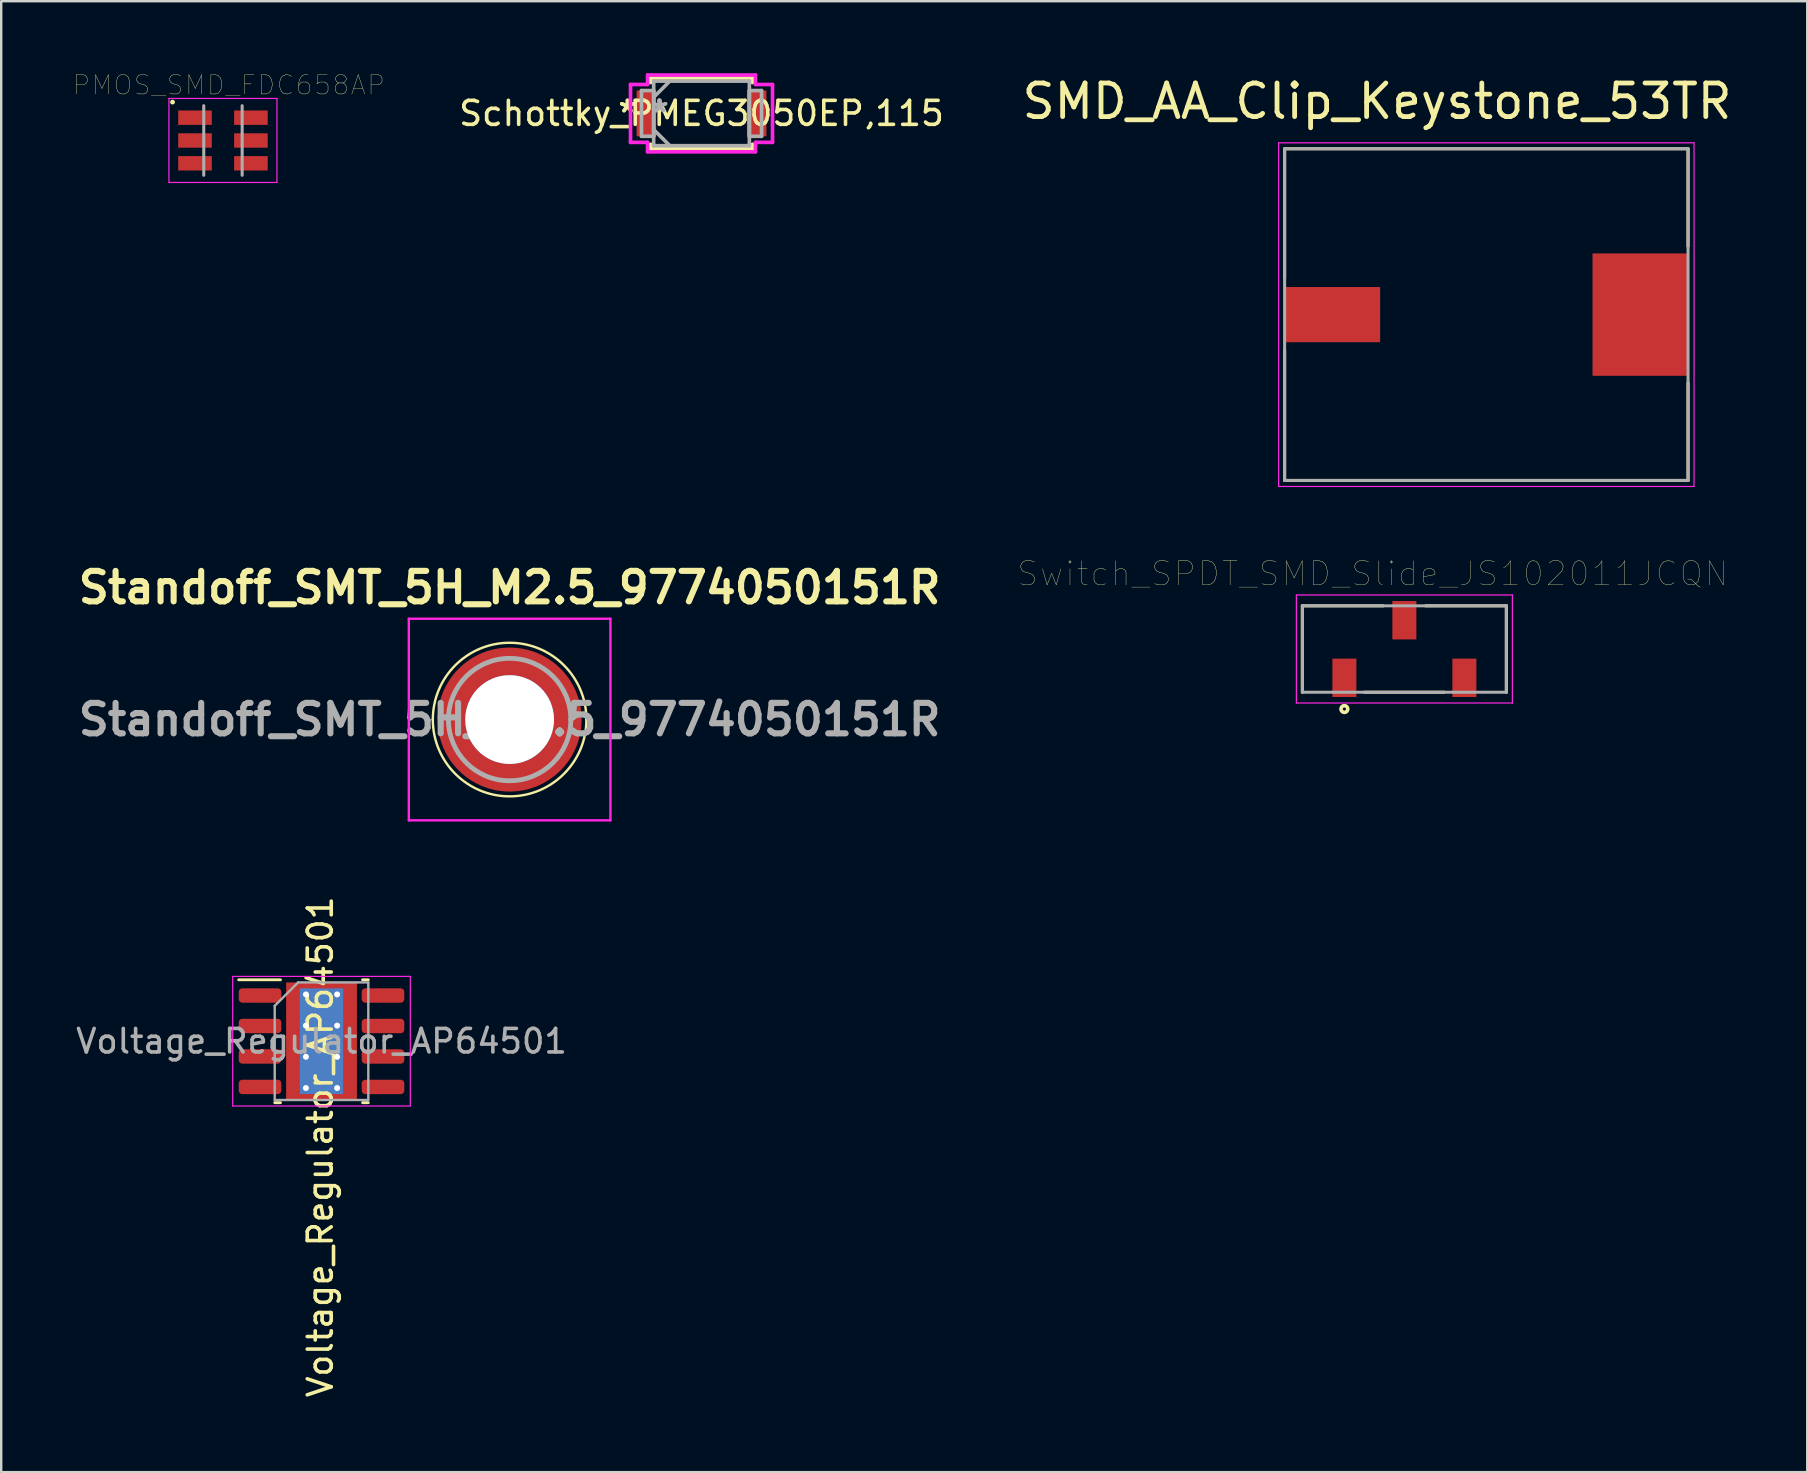
<source format=kicad_pcb>
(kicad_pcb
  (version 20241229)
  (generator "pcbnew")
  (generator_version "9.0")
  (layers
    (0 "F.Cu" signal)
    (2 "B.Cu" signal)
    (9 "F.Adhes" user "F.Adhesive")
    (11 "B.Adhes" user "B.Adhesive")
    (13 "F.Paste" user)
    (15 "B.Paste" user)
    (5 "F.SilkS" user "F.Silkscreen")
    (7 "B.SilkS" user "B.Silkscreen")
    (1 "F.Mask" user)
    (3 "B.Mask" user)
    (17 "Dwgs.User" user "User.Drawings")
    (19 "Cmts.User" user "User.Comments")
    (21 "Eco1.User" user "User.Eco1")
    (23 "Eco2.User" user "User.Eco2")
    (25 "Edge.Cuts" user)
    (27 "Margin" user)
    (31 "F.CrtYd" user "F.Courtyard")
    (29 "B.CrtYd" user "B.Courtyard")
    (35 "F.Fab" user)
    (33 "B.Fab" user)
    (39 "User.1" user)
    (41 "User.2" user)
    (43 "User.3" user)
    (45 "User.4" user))
  (footprint "SMD_AA_Clip_Keystone_53TR"
    (layer "F.Cu")
    (at 58.883 10.059)
    (property "Reference" "SMD_AA_Clip_Keystone_53TR" (at -4.555 -8.889 0) (layer "F.SilkS") (effects (font (size 1.4 1.4) (thickness 0.2))))
    (attr through_hole)
    (fp_line (start -8.405 -6.91) (end 8.405 -6.91) (stroke (width 0.127) (type solid)) (layer "F.SilkS"))
    (fp_line (start -8.405 -1.49) (end -8.405 -6.91) (stroke (width 0.127) (type solid)) (layer "F.SilkS"))
    (fp_line (start -8.405 6.91) (end -8.405 1.49) (stroke (width 0.127) (type solid)) (layer "F.SilkS"))
    (fp_line (start 8.405 -6.91) (end 8.405 -2.85) (stroke (width 0.127) (type solid)) (layer "F.SilkS"))
    (fp_line (start 8.405 2.85) (end 8.405 6.91) (stroke (width 0.127) (type solid)) (layer "F.SilkS"))
    (fp_line (start 8.405 6.91) (end -8.405 6.91) (stroke (width 0.127) (type solid)) (layer "F.SilkS"))
    (fp_line (start -8.655 -7.16) (end 8.655 -7.16) (stroke (width 0.05) (type solid)) (layer "F.CrtYd"))
    (fp_line (start -8.655 7.16) (end -8.655 -7.16) (stroke (width 0.05) (type solid)) (layer "F.CrtYd"))
    (fp_line (start 8.655 -7.16) (end 8.655 7.16) (stroke (width 0.05) (type solid)) (layer "F.CrtYd"))
    (fp_line (start 8.655 7.16) (end -8.655 7.16) (stroke (width 0.05) (type solid)) (layer "F.CrtYd"))
    (fp_line (start -8.405 -6.91) (end 8.405 -6.91) (stroke (width 0.127) (type solid)) (layer "F.Fab"))
    (fp_line (start -8.405 6.91) (end -8.405 -6.91) (stroke (width 0.127) (type solid)) (layer "F.Fab"))
    (fp_line (start 8.405 -6.91) (end 8.405 6.91) (stroke (width 0.127) (type solid)) (layer "F.Fab"))
    (fp_line (start 8.405 6.91) (end -8.405 6.91) (stroke (width 0.127) (type solid)) (layer "F.Fab"))
    (pad "1" smd rect (at -6.425 0) (size 4 2.3) (layers "F.Cu" "F.Mask" "F.Paste"))
    (pad "MNT" smd rect (at 6.425 0) (size 4 5.1) (layers "F.Cu" "F.Mask" "F.Paste")))
  (footprint "PMOS_SMD_FDC658AP"
    (layer "F.Cu")
    (at 6.24 2.804)
    (property "Reference" "PMOS_SMD_FDC658AP" (at 0.24 -2.31 0) (layer "F.SilkS") (effects (font (size 0.801 0.801) (thickness 0.015))))
    (attr through_hole)
    (fp_circle (center -2.1 -1.6) (end -2.05 -1.6) (stroke (width 0.1) (type solid)) (fill no) (layer "F.SilkS"))
    (fp_line (start -2.25 -1.75) (end 2.25 -1.75) (stroke (width 0.05) (type solid)) (layer "F.CrtYd"))
    (fp_line (start -2.25 1.75) (end -2.25 -1.75) (stroke (width 0.05) (type solid)) (layer "F.CrtYd"))
    (fp_line (start 2.25 -1.75) (end 2.25 1.75) (stroke (width 0.05) (type solid)) (layer "F.CrtYd"))
    (fp_line (start 2.25 1.75) (end -2.25 1.75) (stroke (width 0.05) (type solid)) (layer "F.CrtYd"))
    (fp_line (start -0.8 1.45) (end -0.8 -1.45) (stroke (width 0.127) (type solid)) (layer "F.Fab"))
    (fp_line (start 0.8 -1.45) (end 0.8 1.45) (stroke (width 0.127) (type solid)) (layer "F.Fab"))
    (pad "1" smd rect (at -1.165 -0.95) (size 1.4 0.6) (layers "F.Cu" "F.Mask" "F.Paste"))
    (pad "2" smd rect (at -1.165 0) (size 1.4 0.6) (layers "F.Cu" "F.Mask" "F.Paste"))
    (pad "3" smd rect (at -1.165 0.95) (size 1.4 0.6) (layers "F.Cu" "F.Mask" "F.Paste"))
    (pad "4" smd rect (at 1.165 0.95) (size 1.4 0.6) (layers "F.Cu" "F.Mask" "F.Paste"))
    (pad "5" smd rect (at 1.165 0) (size 1.4 0.6) (layers "F.Cu" "F.Mask" "F.Paste"))
    (pad "6" smd rect (at 1.165 -0.95) (size 1.4 0.6) (layers "F.Cu" "F.Mask" "F.Paste")))
  (footprint "Standoff_SMT_5H_M2.5_9774050151R"
    (layer "F.Cu")
    (at 18.185 26.933)
    (property "Reference" "Standoff_SMT_5H_M2.5_9774050151R" (at 0 -5.5 0) (layer "F.SilkS") (effects (font (size 1.27 1.27) (thickness 0.254))))
    (attr through_hole)
    (fp_line (start -3.2 0) (end -3.2 0) (stroke (width 0.1) (type solid)) (layer "F.SilkS"))
    (fp_line (start 3.2 0) (end 3.2 0) (stroke (width 0.1) (type solid)) (layer "F.SilkS"))
    (fp_arc (start -3.2 0) (mid 0 -3.2) (end 3.2 0) (stroke (width 0.1) (type solid)) (layer "F.SilkS"))
    (fp_arc (start 3.2 0) (mid 0 3.2) (end -3.2 0) (stroke (width 0.1) (type solid)) (layer "F.SilkS"))
    (fp_line (start -4.2 -4.2) (end 4.2 -4.2) (stroke (width 0.1) (type solid)) (layer "F.CrtYd"))
    (fp_line (start -4.2 4.2) (end -4.2 -4.2) (stroke (width 0.1) (type solid)) (layer "F.CrtYd"))
    (fp_line (start 4.2 -4.2) (end 4.2 4.2) (stroke (width 0.1) (type solid)) (layer "F.CrtYd"))
    (fp_line (start 4.2 4.2) (end -4.2 4.2) (stroke (width 0.1) (type solid)) (layer "F.CrtYd"))
    (fp_line (start -2.55 0) (end -2.55 0) (stroke (width 0.2) (type solid)) (layer "F.Fab"))
    (fp_line (start 2.55 0) (end 2.55 0) (stroke (width 0.2) (type solid)) (layer "F.Fab"))
    (fp_arc (start -2.55 0) (mid 0 -2.55) (end 2.55 0) (stroke (width 0.2) (type solid)) (layer "F.Fab"))
    (fp_arc (start 2.55 0) (mid 0 2.55) (end -2.55 0) (stroke (width 0.2) (type solid)) (layer "F.Fab"))
    (fp_text user "${REFERENCE}" (at 0 0 0) (layer "F.Fab") (effects (font (size 1.27 1.27) (thickness 0.254))))
    (pad "1" thru_hole circle (at 0 0) (size 3.7 3.7) (drill 3.7) (layers "*.Cu" "*.Mask"))
    (pad "1" smd circle (at 0 0 90) (size 6 6) (layers "F.Cu" "F.Mask" "F.Paste")))
  (footprint "Switch_SPDT_SMD_Slide_JS102011JCQN"
    (layer "F.Cu")
    (at 55.468 23.994)
    (property "Reference" "Switch_SPDT_SMD_Slide_JS102011JCQN" (at -1.326 -3.138 0) (layer "F.SilkS") (effects (font (size 1.001 1.001) (thickness 0.015))))
    (attr through_hole)
    (fp_line (start -4.25 -1.8) (end -0.88 -1.8) (stroke (width 0.127) (type solid)) (layer "F.SilkS"))
    (fp_line (start -4.25 1.8) (end -4.25 -1.8) (stroke (width 0.127) (type solid)) (layer "F.SilkS"))
    (fp_line (start 0.88 -1.8) (end 4.25 -1.8) (stroke (width 0.127) (type solid)) (layer "F.SilkS"))
    (fp_line (start 1.66 1.8) (end -1.66 1.8) (stroke (width 0.127) (type solid)) (layer "F.SilkS"))
    (fp_line (start 4.25 -1.8) (end 4.25 1.8) (stroke (width 0.127) (type solid)) (layer "F.SilkS"))
    (fp_circle (center -2.5 2.5) (end -2.359 2.5) (stroke (width 0.152) (type solid)) (fill no) (layer "F.SilkS"))
    (fp_line (start -4.5 -2.25) (end 4.5 -2.25) (stroke (width 0.05) (type solid)) (layer "F.CrtYd"))
    (fp_line (start -4.5 2.25) (end -4.5 -2.25) (stroke (width 0.05) (type solid)) (layer "F.CrtYd"))
    (fp_line (start 4.5 -2.25) (end 4.5 2.25) (stroke (width 0.05) (type solid)) (layer "F.CrtYd"))
    (fp_line (start 4.5 2.25) (end -4.5 2.25) (stroke (width 0.05) (type solid)) (layer "F.CrtYd"))
    (fp_line (start -4.25 -1.8) (end 4.25 -1.8) (stroke (width 0.127) (type solid)) (layer "F.Fab"))
    (fp_line (start -4.25 1.8) (end -4.25 -1.8) (stroke (width 0.127) (type solid)) (layer "F.Fab"))
    (fp_line (start 4.25 -1.8) (end 4.25 1.8) (stroke (width 0.127) (type solid)) (layer "F.Fab"))
    (fp_line (start 4.25 1.8) (end -4.25 1.8) (stroke (width 0.127) (type solid)) (layer "F.Fab"))
    (pad "1" smd rect (at -2.5 1.2) (size 1 1.6) (layers "F.Cu" "F.Mask" "F.Paste"))
    (pad "2" smd rect (at 0 -1.2) (size 1 1.6) (layers "F.Cu" "F.Mask" "F.Paste"))
    (pad "3" smd rect (at 2.5 1.2) (size 1 1.6) (layers "F.Cu" "F.Mask" "F.Paste")))
  (footprint "Schottky_PMEG3050EP,115"
    (layer "F.Cu")
    (at 26.181 1.676)
    (property "Reference" "Schottky_PMEG3050EP,115" (at 0 0 0) (layer "F.SilkS") (effects (font (size 1 1) (thickness 0.15))))
    (attr through_hole)
    (fp_line (start -2.121 -1.473) (end -2.121 -1.285) (stroke (width 0.152) (type solid)) (layer "F.SilkS"))
    (fp_line (start -2.121 1.285) (end -2.121 1.473) (stroke (width 0.152) (type solid)) (layer "F.SilkS"))
    (fp_line (start -2.121 1.473) (end 2.121 1.473) (stroke (width 0.152) (type solid)) (layer "F.SilkS"))
    (fp_line (start 2.121 -1.473) (end -2.121 -1.473) (stroke (width 0.152) (type solid)) (layer "F.SilkS"))
    (fp_line (start 2.121 -1.285) (end 2.121 -1.473) (stroke (width 0.152) (type solid)) (layer "F.SilkS"))
    (fp_line (start 2.121 1.473) (end 2.121 1.285) (stroke (width 0.152) (type solid)) (layer "F.SilkS"))
    (fp_line (start -2.959 -1.206) (end -2.248 -1.206) (stroke (width 0.152) (type solid)) (layer "F.CrtYd"))
    (fp_line (start -2.959 1.206) (end -2.959 -1.206) (stroke (width 0.152) (type solid)) (layer "F.CrtYd"))
    (fp_line (start -2.248 -1.6) (end 2.248 -1.6) (stroke (width 0.152) (type solid)) (layer "F.CrtYd"))
    (fp_line (start -2.248 -1.206) (end -2.248 -1.6) (stroke (width 0.152) (type solid)) (layer "F.CrtYd"))
    (fp_line (start -2.248 1.206) (end -2.959 1.206) (stroke (width 0.152) (type solid)) (layer "F.CrtYd"))
    (fp_line (start -2.248 1.6) (end -2.248 1.206) (stroke (width 0.152) (type solid)) (layer "F.CrtYd"))
    (fp_line (start 2.248 -1.6) (end 2.248 -1.206) (stroke (width 0.152) (type solid)) (layer "F.CrtYd"))
    (fp_line (start 2.248 -1.206) (end 2.959 -1.206) (stroke (width 0.152) (type solid)) (layer "F.CrtYd"))
    (fp_line (start 2.248 1.206) (end 2.248 1.6) (stroke (width 0.152) (type solid)) (layer "F.CrtYd"))
    (fp_line (start 2.248 1.6) (end -2.248 1.6) (stroke (width 0.152) (type solid)) (layer "F.CrtYd"))
    (fp_line (start 2.959 -1.206) (end 2.959 1.206) (stroke (width 0.152) (type solid)) (layer "F.CrtYd"))
    (fp_line (start 2.959 1.206) (end 2.248 1.206) (stroke (width 0.152) (type solid)) (layer "F.CrtYd"))
    (fp_line (start -2.502 -0.953) (end -2.502 0.953) (stroke (width 0.152) (type solid)) (layer "F.Fab"))
    (fp_line (start -2.502 0.953) (end -1.994 0.953) (stroke (width 0.152) (type solid)) (layer "F.Fab"))
    (fp_line (start -1.994 -1.346) (end -1.994 1.346) (stroke (width 0.152) (type solid)) (layer "F.Fab"))
    (fp_line (start -1.994 -0.953) (end -2.502 -0.953) (stroke (width 0.152) (type solid)) (layer "F.Fab"))
    (fp_line (start -1.994 -0.673) (end -1.321 -1.346) (stroke (width 0.152) (type solid)) (layer "F.Fab"))
    (fp_line (start -1.994 0.673) (end -1.321 1.346) (stroke (width 0.152) (type solid)) (layer "F.Fab"))
    (fp_line (start -1.994 0.953) (end -1.994 -0.953) (stroke (width 0.152) (type solid)) (layer "F.Fab"))
    (fp_line (start -1.994 1.346) (end 1.994 1.346) (stroke (width 0.152) (type solid)) (layer "F.Fab"))
    (fp_line (start 1.994 -1.346) (end -1.994 -1.346) (stroke (width 0.152) (type solid)) (layer "F.Fab"))
    (fp_line (start 1.994 -0.953) (end 1.994 0.953) (stroke (width 0.152) (type solid)) (layer "F.Fab"))
    (fp_line (start 1.994 0.953) (end 2.502 0.953) (stroke (width 0.152) (type solid)) (layer "F.Fab"))
    (fp_line (start 1.994 1.346) (end 1.994 -1.346) (stroke (width 0.152) (type solid)) (layer "F.Fab"))
    (fp_line (start 2.502 -0.953) (end 1.994 -0.953) (stroke (width 0.152) (type solid)) (layer "F.Fab"))
    (fp_line (start 2.502 0.953) (end 2.502 -0.953) (stroke (width 0.152) (type solid)) (layer "F.Fab"))
    (fp_text user "*" (at -3.086 0 0) (layer "F.SilkS") (effects (font (size 1 1) (thickness 0.15))))
    (fp_text user "*" (at -3.086 0 0) (layer "F.SilkS") (effects (font (size 1 1) (thickness 0.15))))
    (fp_text user "Copyright 2016 Accelerated Designs. All rights reserved." (at 0 0 0) (layer "Cmts.User") (effects (font (size 0.127 0.127) (thickness 0.002))))
    (fp_text user "*" (at -1.74 0 0) (layer "F.Fab") (effects (font (size 1 1) (thickness 0.15))))
    (fp_text user "*" (at -1.74 0 0) (layer "F.Fab") (effects (font (size 1 1) (thickness 0.15))))
    (pad "1" smd rect (at -2.299 0) (size 0.813 1.905) (layers "F.Cu" "F.Mask" "F.Paste"))
    (pad "2" smd rect (at 2.299 0) (size 0.813 1.905) (layers "F.Cu" "F.Mask" "F.Paste")))
  (footprint "Voltage_Regulator_AP64501"
    (layer "F.Cu")
    (at 10.347 40.336)
    (property "Reference" "Voltage_Regulator_AP64501" (at -0.05 4.4 90) (layer "F.SilkS") (effects (font (size 1 1) (thickness 0.15))))
    (attr smd)
    (fp_line (start -1.711 -2.56) (end -3.45 -2.56) (stroke (width 0.12) (type solid)) (layer "F.SilkS"))
    (fp_line (start -1.711 2.56) (end -1.95 2.56) (stroke (width 0.12) (type solid)) (layer "F.SilkS"))
    (fp_line (start 1.711 -2.56) (end 1.95 -2.56) (stroke (width 0.12) (type solid)) (layer "F.SilkS"))
    (fp_line (start 1.711 2.56) (end 1.95 2.56) (stroke (width 0.12) (type solid)) (layer "F.SilkS"))
    (fp_line (start -3.7 -2.7) (end -3.7 2.7) (stroke (width 0.05) (type solid)) (layer "F.CrtYd"))
    (fp_line (start -3.7 2.7) (end 3.7 2.7) (stroke (width 0.05) (type solid)) (layer "F.CrtYd"))
    (fp_line (start 3.7 -2.7) (end -3.7 -2.7) (stroke (width 0.05) (type solid)) (layer "F.CrtYd"))
    (fp_line (start 3.7 2.7) (end 3.7 -2.7) (stroke (width 0.05) (type solid)) (layer "F.CrtYd"))
    (fp_line (start -1.95 -1.475) (end -0.975 -2.45) (stroke (width 0.1) (type solid)) (layer "F.Fab"))
    (fp_line (start -1.95 2.45) (end -1.95 -1.475) (stroke (width 0.1) (type solid)) (layer "F.Fab"))
    (fp_line (start -0.975 -2.45) (end 1.95 -2.45) (stroke (width 0.1) (type solid)) (layer "F.Fab"))
    (fp_line (start 1.95 -2.45) (end 1.95 2.45) (stroke (width 0.1) (type solid)) (layer "F.Fab"))
    (fp_line (start 1.95 2.45) (end -1.95 2.45) (stroke (width 0.1) (type solid)) (layer "F.Fab"))
    (fp_text user "${REFERENCE}" (at 0 0 0) (layer "F.Fab") (effects (font (size 0.98 0.98) (thickness 0.15))))
    (pad "" smd roundrect (at -0.68 -0.85) (size 1.13 1.42) (layers "F.Paste") (roundrect_rratio 0.221))
    (pad "" smd roundrect (at -0.68 0.85) (size 1.13 1.42) (layers "F.Paste") (roundrect_rratio 0.221))
    (pad "" smd rect (at 0 0) (size 2.71 3.4) (layers "F.Mask"))
    (pad "" smd roundrect (at 0.68 -0.85) (size 1.13 1.42) (layers "F.Paste") (roundrect_rratio 0.221))
    (pad "" smd roundrect (at 0.68 0.85) (size 1.13 1.42) (layers "F.Paste") (roundrect_rratio 0.221))
    (pad "1" smd roundrect (at -2.562 -1.905) (size 1.775 0.6) (layers "F.Cu" "F.Mask" "F.Paste") (roundrect_rratio 0.25))
    (pad "2" smd roundrect (at -2.562 -0.635) (size 1.775 0.6) (layers "F.Cu" "F.Mask" "F.Paste") (roundrect_rratio 0.25))
    (pad "3" smd roundrect (at -2.562 0.635) (size 1.775 0.6) (layers "F.Cu" "F.Mask" "F.Paste") (roundrect_rratio 0.25))
    (pad "4" smd roundrect (at -2.562 1.905) (size 1.775 0.6) (layers "F.Cu" "F.Mask" "F.Paste") (roundrect_rratio 0.25))
    (pad "5" smd roundrect (at 2.562 1.905) (size 1.775 0.6) (layers "F.Cu" "F.Mask" "F.Paste") (roundrect_rratio 0.25))
    (pad "6" smd roundrect (at 2.562 0.635) (size 1.775 0.6) (layers "F.Cu" "F.Mask" "F.Paste") (roundrect_rratio 0.25))
    (pad "7" smd roundrect (at 2.562 -0.635) (size 1.775 0.6) (layers "F.Cu" "F.Mask" "F.Paste") (roundrect_rratio 0.25))
    (pad "8" smd roundrect (at 2.562 -1.905) (size 1.775 0.6) (layers "F.Cu" "F.Mask" "F.Paste") (roundrect_rratio 0.25))
    (pad "9" thru_hole circle (at -0.65 -1.95) (size 0.5 0.5) (drill 0.25) (layers "*.Cu"))
    (pad "9" thru_hole circle (at -0.65 -0.65) (size 0.5 0.5) (drill 0.25) (layers "*.Cu"))
    (pad "9" thru_hole circle (at -0.65 0.65 270) (size 0.5 0.5) (drill 0.25) (layers "*.Cu"))
    (pad "9" thru_hole circle (at -0.65 1.95) (size 0.5 0.5) (drill 0.25) (layers "*.Cu"))
    (pad "9" smd rect (at 0 0) (size 1.8 4.4) (layers "B.Cu" "B.Mask"))
    (pad "9" smd rect (at 0 0) (size 2.95 4.9) (layers "F.Cu"))
    (pad "9" thru_hole circle (at 0.65 -1.95) (size 0.5 0.5) (drill 0.25) (layers "*.Cu"))
    (pad "9" thru_hole circle (at 0.65 -0.65) (size 0.5 0.5) (drill 0.25) (layers "*.Cu"))
    (pad "9" thru_hole circle (at 0.65 0.65) (size 0.5 0.5) (drill 0.25) (layers "*.Cu"))
    (pad "9" thru_hole circle (at 0.65 1.95) (size 0.5 0.5) (drill 0.25) (layers "*.Cu")))
  (gr_rect
    (start -3 -3)
    (end 72.255 58.29)
    (stroke (width 0.1) (type default))
    (fill no)
    (layer "Edge.Cuts")))
</source>
